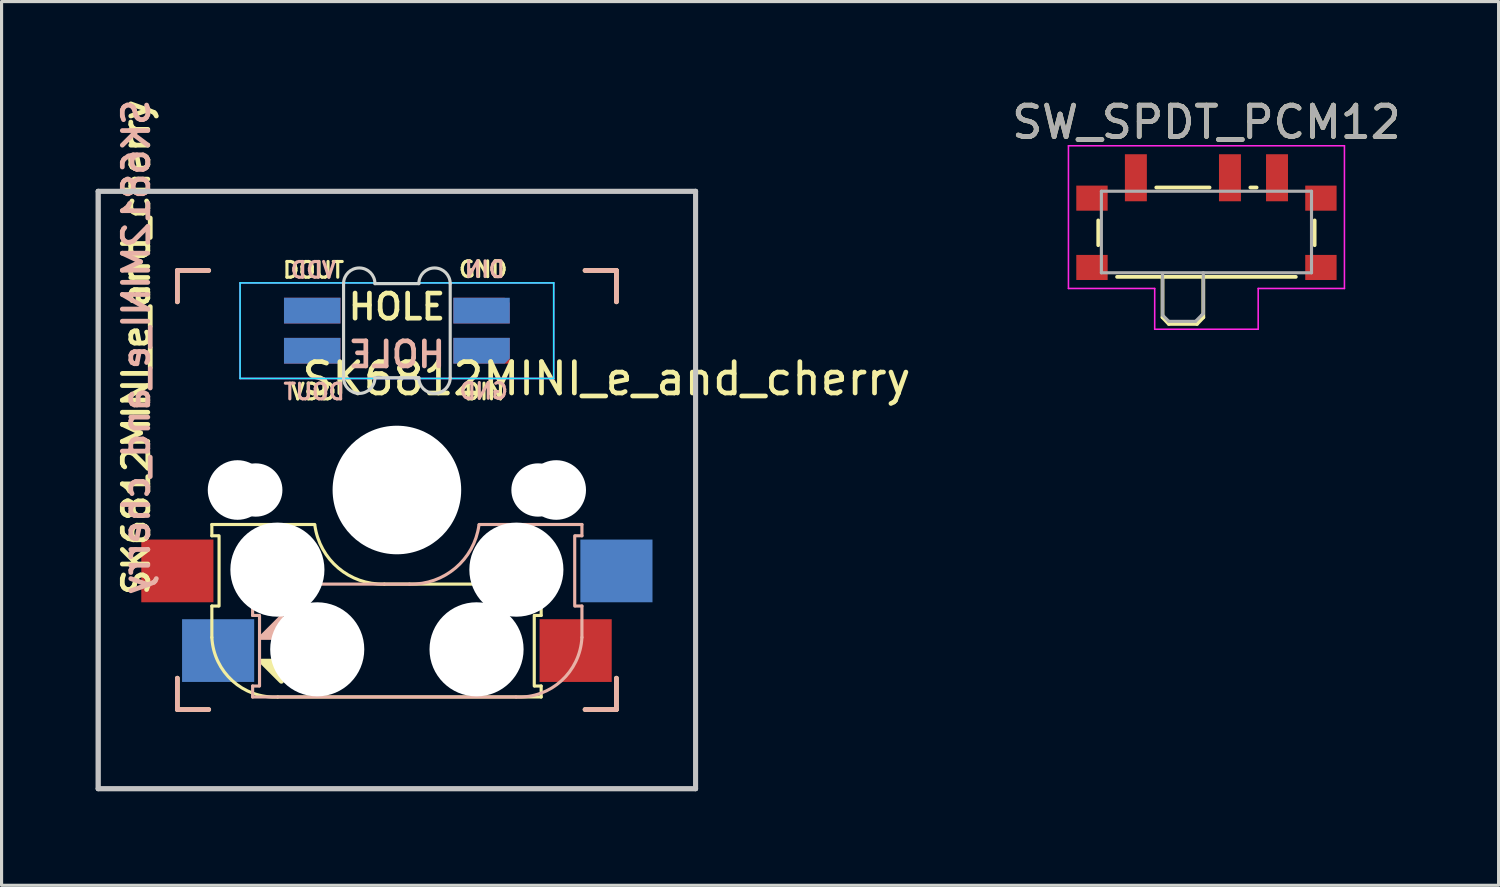
<source format=kicad_pcb>
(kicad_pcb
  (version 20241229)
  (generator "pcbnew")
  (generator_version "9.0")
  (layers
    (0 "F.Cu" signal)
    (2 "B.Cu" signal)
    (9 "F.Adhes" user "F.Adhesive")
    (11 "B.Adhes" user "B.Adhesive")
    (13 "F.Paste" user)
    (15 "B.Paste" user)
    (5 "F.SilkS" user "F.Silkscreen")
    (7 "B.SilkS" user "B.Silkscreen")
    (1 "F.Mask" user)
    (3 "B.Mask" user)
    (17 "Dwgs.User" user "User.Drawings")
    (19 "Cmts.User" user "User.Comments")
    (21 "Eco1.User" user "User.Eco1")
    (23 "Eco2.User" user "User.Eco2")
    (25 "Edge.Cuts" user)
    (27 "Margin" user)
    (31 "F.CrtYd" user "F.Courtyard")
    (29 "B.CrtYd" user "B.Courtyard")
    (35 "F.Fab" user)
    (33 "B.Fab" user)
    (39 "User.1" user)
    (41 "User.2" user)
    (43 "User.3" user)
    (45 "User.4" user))
  (footprint "SW_SPDT_PCM12"
    (layer "F.Cu")
    (at 35.418 4.048)
    (property "Reference" "SW_SPDT_PCM12" (at 0 -3.2 0) (layer "F.SilkS") (effects (font (size 1 1) (thickness 0.15))))
    (attr smd)
    (fp_line (start -3.45 -0.07) (end -3.45 0.72) (stroke (width 0.12) (type solid)) (layer "F.SilkS"))
    (fp_line (start -2.85 1.73) (end 2.85 1.73) (stroke (width 0.12) (type solid)) (layer "F.SilkS"))
    (fp_line (start -1.6 -1.12) (end 0.1 -1.12) (stroke (width 0.12) (type solid)) (layer "F.SilkS"))
    (fp_line (start -1.4 1.73) (end -1.4 3.02) (stroke (width 0.12) (type solid)) (layer "F.SilkS"))
    (fp_line (start -1.4 3.02) (end -1.2 3.23) (stroke (width 0.12) (type solid)) (layer "F.SilkS"))
    (fp_line (start -1.2 3.23) (end -0.3 3.23) (stroke (width 0.12) (type solid)) (layer "F.SilkS"))
    (fp_line (start -0.1 3.02) (end -0.3 3.23) (stroke (width 0.12) (type solid)) (layer "F.SilkS"))
    (fp_line (start -0.1 3.02) (end -0.1 1.73) (stroke (width 0.12) (type solid)) (layer "F.SilkS"))
    (fp_line (start 1.4 -1.12) (end 1.6 -1.12) (stroke (width 0.12) (type solid)) (layer "F.SilkS"))
    (fp_line (start 3.45 0.72) (end 3.45 -0.07) (stroke (width 0.12) (type solid)) (layer "F.SilkS"))
    (fp_line (start -4.4 -2.45) (end 4.4 -2.45) (stroke (width 0.05) (type solid)) (layer "F.CrtYd"))
    (fp_line (start -4.4 2.1) (end -4.4 -2.45) (stroke (width 0.05) (type solid)) (layer "F.CrtYd"))
    (fp_line (start -1.65 2.1) (end -4.4 2.1) (stroke (width 0.05) (type solid)) (layer "F.CrtYd"))
    (fp_line (start -1.65 3.4) (end -1.65 2.1) (stroke (width 0.05) (type solid)) (layer "F.CrtYd"))
    (fp_line (start 1.65 2.1) (end 1.65 3.4) (stroke (width 0.05) (type solid)) (layer "F.CrtYd"))
    (fp_line (start 1.65 3.4) (end -1.65 3.4) (stroke (width 0.05) (type solid)) (layer "F.CrtYd"))
    (fp_line (start 4.4 -2.45) (end 4.4 2.1) (stroke (width 0.05) (type solid)) (layer "F.CrtYd"))
    (fp_line (start 4.4 2.1) (end 1.65 2.1) (stroke (width 0.05) (type solid)) (layer "F.CrtYd"))
    (fp_line (start -3.35 -1) (end -3.35 1.6) (stroke (width 0.1) (type solid)) (layer "F.Fab"))
    (fp_line (start -3.35 1.6) (end 3.35 1.6) (stroke (width 0.1) (type solid)) (layer "F.Fab"))
    (fp_line (start -1.4 1.65) (end -1.4 2.95) (stroke (width 0.1) (type solid)) (layer "F.Fab"))
    (fp_line (start -1.4 2.95) (end -1.2 3.15) (stroke (width 0.1) (type solid)) (layer "F.Fab"))
    (fp_line (start -1.2 3.15) (end -0.35 3.15) (stroke (width 0.1) (type solid)) (layer "F.Fab"))
    (fp_line (start -0.35 3.15) (end -0.15 2.95) (stroke (width 0.1) (type solid)) (layer "F.Fab"))
    (fp_line (start -0.15 2.95) (end -0.1 2.9) (stroke (width 0.1) (type solid)) (layer "F.Fab"))
    (fp_line (start -0.1 2.9) (end -0.1 1.6) (stroke (width 0.1) (type solid)) (layer "F.Fab"))
    (fp_line (start 3.35 -1) (end -3.35 -1) (stroke (width 0.1) (type solid)) (layer "F.Fab"))
    (fp_line (start 3.35 1.6) (end 3.35 -1) (stroke (width 0.1) (type solid)) (layer "F.Fab"))
    (fp_text user "${REFERENCE}" (at 0 -3.2 0) (layer "F.Fab") (effects (font (size 1 1) (thickness 0.15))))
    (pad "" smd rect (at -3.65 -0.78 180) (size 1 0.8) (layers "F.Cu" "F.Mask" "F.Paste"))
    (pad "" smd rect (at -3.65 1.43 180) (size 1 0.8) (layers "F.Cu" "F.Mask" "F.Paste"))
    (pad "" smd rect (at 3.65 -0.78 180) (size 1 0.8) (layers "F.Cu" "F.Mask" "F.Paste"))
    (pad "" smd rect (at 3.65 1.43 180) (size 1 0.8) (layers "F.Cu" "F.Mask" "F.Paste"))
    (pad "1" smd rect (at -2.25 -1.43 180) (size 0.7 1.5) (layers "F.Cu" "F.Mask" "F.Paste"))
    (pad "2" smd rect (at 0.75 -1.43 180) (size 0.7 1.5) (layers "F.Cu" "F.Mask" "F.Paste"))
    (pad "3" smd rect (at 2.25 -1.43 180) (size 0.7 1.5) (layers "F.Cu" "F.Mask" "F.Paste")))
  (footprint "SK6812MINI_e_and_cherry"
    (layer "F.Cu")
    (at 9.605 12.574)
    (property "Reference" "SK6812MINI_e_and_cherry" (at 6.682 -3.548 0) (unlocked yes) (layer "F.SilkS") (effects (font (size 1 1) (thickness 0.15))))
    (attr through_hole)
    (fp_line (start -7 -7) (end -7 -6) (stroke (width 0.15) (type solid)) (layer "F.SilkS"))
    (fp_line (start -7 6) (end -7 7) (stroke (width 0.15) (type solid)) (layer "F.SilkS"))
    (fp_line (start -7 7) (end -6 7) (stroke (width 0.15) (type solid)) (layer "F.SilkS"))
    (fp_line (start -6 -7) (end -7 -7) (stroke (width 0.15) (type solid)) (layer "F.SilkS"))
    (fp_line (start -5.9 1.1) (end -5.9 1.46) (stroke (width 0.1) (type solid)) (layer "F.SilkS"))
    (fp_line (start -5.9 1.1) (end -2.62 1.1) (stroke (width 0.1) (type solid)) (layer "F.SilkS"))
    (fp_line (start -5.9 3.7) (end -5.7 3.7) (stroke (width 0.1) (type solid)) (layer "F.SilkS"))
    (fp_line (start -5.9 4.7) (end -5.9 3.7) (stroke (width 0.1) (type solid)) (layer "F.SilkS"))
    (fp_line (start -5.7 1.46) (end -5.9 1.46) (stroke (width 0.1) (type solid)) (layer "F.SilkS"))
    (fp_line (start -5.67 3.7) (end -5.67 1.46) (stroke (width 0.1) (type solid)) (layer "F.SilkS"))
    (fp_line (start -0.4 3) (end 4.6 3) (stroke (width 0.1) (type solid)) (layer "F.SilkS"))
    (fp_line (start 4.38 4) (end 4.38 6.25) (stroke (width 0.1) (type solid)) (layer "F.SilkS"))
    (fp_line (start 4.4 6.25) (end 4.6 6.25) (stroke (width 0.1) (type solid)) (layer "F.SilkS"))
    (fp_line (start 4.6 3) (end 4.6 4) (stroke (width 0.1) (type solid)) (layer "F.SilkS"))
    (fp_line (start 4.6 4) (end 4.4 4) (stroke (width 0.1) (type solid)) (layer "F.SilkS"))
    (fp_line (start 4.6 6.25) (end 4.6 6.6) (stroke (width 0.1) (type solid)) (layer "F.SilkS"))
    (fp_line (start 4.6 6.6) (end -3.8 6.6) (stroke (width 0.1) (type solid)) (layer "F.SilkS"))
    (fp_line (start 6 7) (end 7 7) (stroke (width 0.15) (type solid)) (layer "F.SilkS"))
    (fp_line (start 7 -7) (end 6 -7) (stroke (width 0.15) (type solid)) (layer "F.SilkS"))
    (fp_line (start 7 -6) (end 7 -7) (stroke (width 0.15) (type solid)) (layer "F.SilkS"))
    (fp_line (start 7 7) (end 7 6) (stroke (width 0.15) (type solid)) (layer "F.SilkS"))
    (fp_arc (start -3.8 6.600001) (mid -5.243504 6.084925) (end -5.900001 4.7) (stroke (width 0.1) (type solid)) (layer "F.SilkS"))
    (fp_arc (start -0.4 3) (mid -1.868709 2.486118) (end -2.616318 1.121471) (stroke (width 0.1) (type solid)) (layer "F.SilkS"))
    (fp_poly (pts (xy -4.318 5.461) (xy -3.683 5.461) (xy -3.683 6.096)) (stroke (width 0.16) (type solid)) (fill yes) (layer "F.SilkS"))
    (fp_line (start -7 -7) (end -7 -6) (stroke (width 0.15) (type solid)) (layer "B.SilkS"))
    (fp_line (start -7 6) (end -7 7) (stroke (width 0.15) (type solid)) (layer "B.SilkS"))
    (fp_line (start -7 7) (end -6 7) (stroke (width 0.15) (type solid)) (layer "B.SilkS"))
    (fp_line (start -6 -7) (end -7 -7) (stroke (width 0.15) (type solid)) (layer "B.SilkS"))
    (fp_line (start -4.6 3) (end -4.6 4) (stroke (width 0.1) (type solid)) (layer "B.SilkS"))
    (fp_line (start -4.6 4) (end -4.4 4) (stroke (width 0.1) (type solid)) (layer "B.SilkS"))
    (fp_line (start -4.6 6.25) (end -4.6 6.6) (stroke (width 0.1) (type solid)) (layer "B.SilkS"))
    (fp_line (start -4.6 6.6) (end 3.8 6.6) (stroke (width 0.1) (type solid)) (layer "B.SilkS"))
    (fp_line (start -4.4 6.25) (end -4.6 6.25) (stroke (width 0.1) (type solid)) (layer "B.SilkS"))
    (fp_line (start -4.38 4) (end -4.38 6.25) (stroke (width 0.1) (type solid)) (layer "B.SilkS"))
    (fp_line (start 0.4 3) (end -4.6 3) (stroke (width 0.1) (type solid)) (layer "B.SilkS"))
    (fp_line (start 5.67 3.7) (end 5.67 1.46) (stroke (width 0.1) (type solid)) (layer "B.SilkS"))
    (fp_line (start 5.7 1.46) (end 5.9 1.46) (stroke (width 0.1) (type solid)) (layer "B.SilkS"))
    (fp_line (start 5.9 1.1) (end 2.62 1.1) (stroke (width 0.1) (type solid)) (layer "B.SilkS"))
    (fp_line (start 5.9 1.1) (end 5.9 1.46) (stroke (width 0.1) (type solid)) (layer "B.SilkS"))
    (fp_line (start 5.9 3.7) (end 5.7 3.7) (stroke (width 0.1) (type solid)) (layer "B.SilkS"))
    (fp_line (start 5.9 4.7) (end 5.9 3.7) (stroke (width 0.1) (type solid)) (layer "B.SilkS"))
    (fp_line (start 6 7) (end 7 7) (stroke (width 0.15) (type solid)) (layer "B.SilkS"))
    (fp_line (start 7 -7) (end 6 -7) (stroke (width 0.15) (type solid)) (layer "B.SilkS"))
    (fp_line (start 7 -6) (end 7 -7) (stroke (width 0.15) (type solid)) (layer "B.SilkS"))
    (fp_line (start 7 7) (end 7 6) (stroke (width 0.15) (type solid)) (layer "B.SilkS"))
    (fp_arc (start 2.616318 1.121471) (mid 1.868709 2.486118) (end 0.4 3) (stroke (width 0.1) (type solid)) (layer "B.SilkS"))
    (fp_arc (start 5.9 4.699999) (mid 5.243504 6.084924) (end 3.800001 6.6) (stroke (width 0.1) (type solid)) (layer "B.SilkS"))
    (fp_poly (pts (xy -3.683 4.064) (xy -3.683 4.699) (xy -4.318 4.699)) (stroke (width 0.16) (type solid)) (fill yes) (layer "B.SilkS"))
    (fp_line (start -9.525 -9.525) (end 9.525 -9.525) (stroke (width 0.15) (type solid)) (layer "Dwgs.User"))
    (fp_line (start -9.525 -9.525) (end 9.525 -9.525) (stroke (width 0.16) (type solid)) (layer "Dwgs.User"))
    (fp_line (start -9.525 9.525) (end -9.525 -9.525) (stroke (width 0.15) (type solid)) (layer "Dwgs.User"))
    (fp_line (start -9.525 9.525) (end -9.525 -9.525) (stroke (width 0.16) (type solid)) (layer "Dwgs.User"))
    (fp_line (start 9.525 -9.525) (end 9.525 9.525) (stroke (width 0.15) (type solid)) (layer "Dwgs.User"))
    (fp_line (start 9.525 -9.525) (end 9.525 9.525) (stroke (width 0.16) (type solid)) (layer "Dwgs.User"))
    (fp_line (start 9.525 9.525) (end -9.525 9.525) (stroke (width 0.15) (type solid)) (layer "Dwgs.User"))
    (fp_line (start 9.525 9.525) (end -9.525 9.525) (stroke (width 0.16) (type solid)) (layer "Dwgs.User"))
    (fp_line (start 1.191 -1.191) (end -1.191 1.191) (stroke (width 0.16) (type solid)) (layer "Cmts.User"))
    (fp_line (start 1.191 1.191) (end -1.191 -1.191) (stroke (width 0.16) (type solid)) (layer "Cmts.User"))
    (fp_line (start -1.7 -6.58) (end -1.7 -3.58) (stroke (width 0.1) (type solid)) (layer "Edge.Cuts"))
    (fp_line (start 0.7 -6.58) (end -0.7 -6.58) (stroke (width 0.1) (type solid)) (layer "Edge.Cuts"))
    (fp_line (start 0.7 -3.58) (end -0.7 -3.58) (stroke (width 0.1) (type solid)) (layer "Edge.Cuts"))
    (fp_line (start 1.7 -3.58) (end 1.7 -6.58) (stroke (width 0.1) (type solid)) (layer "Edge.Cuts"))
    (fp_arc (start -1.7 -6.58) (mid -1.2 -7.08) (end -0.7 -6.58) (stroke (width 0.1) (type solid)) (layer "Edge.Cuts"))
    (fp_arc (start -0.7 -3.58) (mid -1.2 -3.08) (end -1.7 -3.58) (stroke (width 0.1) (type solid)) (layer "Edge.Cuts"))
    (fp_arc (start 0.7 -6.58) (mid 1.2 -7.08) (end 1.7 -6.58) (stroke (width 0.1) (type solid)) (layer "Edge.Cuts"))
    (fp_arc (start 1.7 -3.58) (mid 1.2 -3.08) (end 0.7 -3.58) (stroke (width 0.1) (type solid)) (layer "Edge.Cuts"))
    (fp_line (start -5 -6.604) (end 5 -6.604) (stroke (width 0.05) (type solid)) (layer "B.CrtYd"))
    (fp_line (start -5 -3.556) (end -5 -6.604) (stroke (width 0.05) (type solid)) (layer "B.CrtYd"))
    (fp_line (start 5 -6.604) (end 5 -3.556) (stroke (width 0.05) (type solid)) (layer "B.CrtYd"))
    (fp_line (start 5 -3.556) (end -5 -3.556) (stroke (width 0.05) (type solid)) (layer "B.CrtYd"))
    (fp_line (start -5 -6.604) (end 5 -6.604) (stroke (width 0.05) (type solid)) (layer "F.CrtYd"))
    (fp_line (start -5 -3.556) (end -5 -6.604) (stroke (width 0.05) (type solid)) (layer "F.CrtYd"))
    (fp_line (start 5 -3.556) (end -5 -3.556) (stroke (width 0.05) (type solid)) (layer "F.CrtYd"))
    (fp_line (start 5 -3.556) (end 5 -6.604) (stroke (width 0.05) (type solid)) (layer "F.CrtYd"))
    (fp_text user "HOLE" (at 0 -5.842 0) (layer "F.SilkS") (effects (font (size 0.8 0.8) (thickness 0.15))))
    (fp_text user "GND" (at 2.75 -6.74 0) (unlocked yes) (layer "F.SilkS") (effects (font (size 0.5 0.5) (thickness 0.1)) (justify bottom)))
    (fp_text user "${REFERENCE}" (at -8.31 -4.55 90) (layer "F.SilkS") (effects (font (size 0.813 0.813) (thickness 0.152))))
    (fp_text user "DOUT" (at -2.66 -6.72 0) (unlocked yes) (layer "F.SilkS") (effects (font (size 0.5 0.5) (thickness 0.1)) (justify bottom)))
    (fp_text user "DIN" (at 2.79 -2.84 0) (unlocked yes) (layer "F.SilkS") (effects (font (size 0.5 0.5) (thickness 0.1)) (justify bottom)))
    (fp_text user "VDD" (at -2.66 -2.84 0) (unlocked yes) (layer "F.SilkS") (effects (font (size 0.5 0.5) (thickness 0.1)) (justify bottom)))
    (fp_text user "DIN" (at 2.8 -6.74 0) (unlocked yes) (layer "B.SilkS") (effects (font (size 0.5 0.5) (thickness 0.1)) (justify bottom mirror)))
    (fp_text user "DOUT" (at -2.64 -2.84 0) (unlocked yes) (layer "B.SilkS") (effects (font (size 0.5 0.5) (thickness 0.1)) (justify bottom mirror)))
    (fp_text user "VDD" (at -2.67 -6.72 0) (unlocked yes) (layer "B.SilkS") (effects (font (size 0.5 0.5) (thickness 0.1)) (justify bottom mirror)))
    (fp_text user "${REFERENCE}" (at -8.31 -4.55 90) (layer "B.SilkS") (effects (font (size 0.813 0.813) (thickness 0.152)) (justify mirror)))
    (fp_text user "GND" (at 2.77 -2.86 0) (unlocked yes) (layer "B.SilkS") (effects (font (size 0.5 0.5) (thickness 0.1)) (justify bottom mirror)))
    (fp_text user "HOLE" (at 0 -4.318 0) (layer "B.SilkS") (effects (font (size 0.8 0.8) (thickness 0.15)) (justify mirror)))
    (pad "" np_thru_hole circle (at -5.08 0 180) (size 1.9 1.9) (drill 1.9) (layers "*.Cu" "*.Mask"))
    (pad "" np_thru_hole circle (at -4.5 0 180) (size 1.7 1.7) (drill 1.7) (layers "*.Cu" "*.Mask"))
    (pad "" np_thru_hole circle (at -3.81 2.54) (size 3 3) (drill 3) (layers "*.Cu" "*.Mask"))
    (pad "" np_thru_hole circle (at -2.54 5.08) (size 3 3) (drill 3) (layers "*.Cu" "*.Mask"))
    (pad "" np_thru_hole circle (at 0 0 90) (size 4.1 4.1) (drill 4.1) (layers "*.Cu" "*.Mask"))
    (pad "" np_thru_hole circle (at 2.54 5.08) (size 3 3) (drill 3) (layers "*.Cu" "*.Mask"))
    (pad "" np_thru_hole circle (at 3.81 2.54) (size 3 3) (drill 3) (layers "*.Cu" "*.Mask"))
    (pad "" np_thru_hole circle (at 4.5 0 180) (size 1.7 1.7) (drill 1.7) (layers "*.Cu" "*.Mask"))
    (pad "" np_thru_hole circle (at 5.08 0 180) (size 1.9 1.9) (drill 1.9) (layers "*.Cu" "*.Mask"))
    (pad "1" smd rect (at -2.7 -5.72 180) (size 1.8 0.82) (layers "B.Cu" "B.Mask" "B.Paste"))
    (pad "1" smd rect (at -2.7 -4.44 180) (size 1.8 0.82) (layers "F.Cu" "F.Mask" "F.Paste"))
    (pad "2" smd rect (at -2.7 -5.72 180) (size 1.8 0.82) (layers "F.Cu" "F.Mask" "F.Paste"))
    (pad "2" smd rect (at -2.7 -4.44 180) (size 1.8 0.82) (layers "B.Cu" "B.Mask" "B.Paste"))
    (pad "3" smd roundrect (at 2.7 -5.72 180) (size 1.8 0.82) (layers "F.Cu" "F.Mask" "F.Paste") (roundrect_rratio 0) (chamfer_ratio 0.2) (chamfer bottom_left))
    (pad "3" smd roundrect (at 2.7 -4.44 180) (size 1.8 0.82) (layers "B.Cu" "B.Mask" "B.Paste") (roundrect_rratio 0) (chamfer_ratio 0.2) (chamfer top_left))
    (pad "4" smd rect (at 2.7 -5.72 180) (size 1.8 0.82) (layers "B.Cu" "B.Mask" "B.Paste"))
    (pad "4" smd rect (at 2.7 -4.44 180) (size 1.8 0.82) (layers "F.Cu" "F.Mask" "F.Paste"))
    (pad "5" smd rect (at -7 2.58) (size 2.3 2) (layers "F.Cu" "F.Mask" "F.Paste"))
    (pad "5" smd rect (at 7 2.58) (size 2.3 2) (layers "B.Cu" "B.Mask" "B.Paste"))
    (pad "6" smd rect (at -5.7 5.12) (size 2.3 2) (layers "B.Cu" "B.Mask" "B.Paste"))
    (pad "6" smd rect (at 5.7 5.12) (size 2.3 2) (layers "F.Cu" "F.Mask" "F.Paste")))
  (gr_rect
    (start -3 -3)
    (end 44.733 25.179)
    (stroke (width 0.1) (type default))
    (fill no)
    (layer "Edge.Cuts")))
</source>
